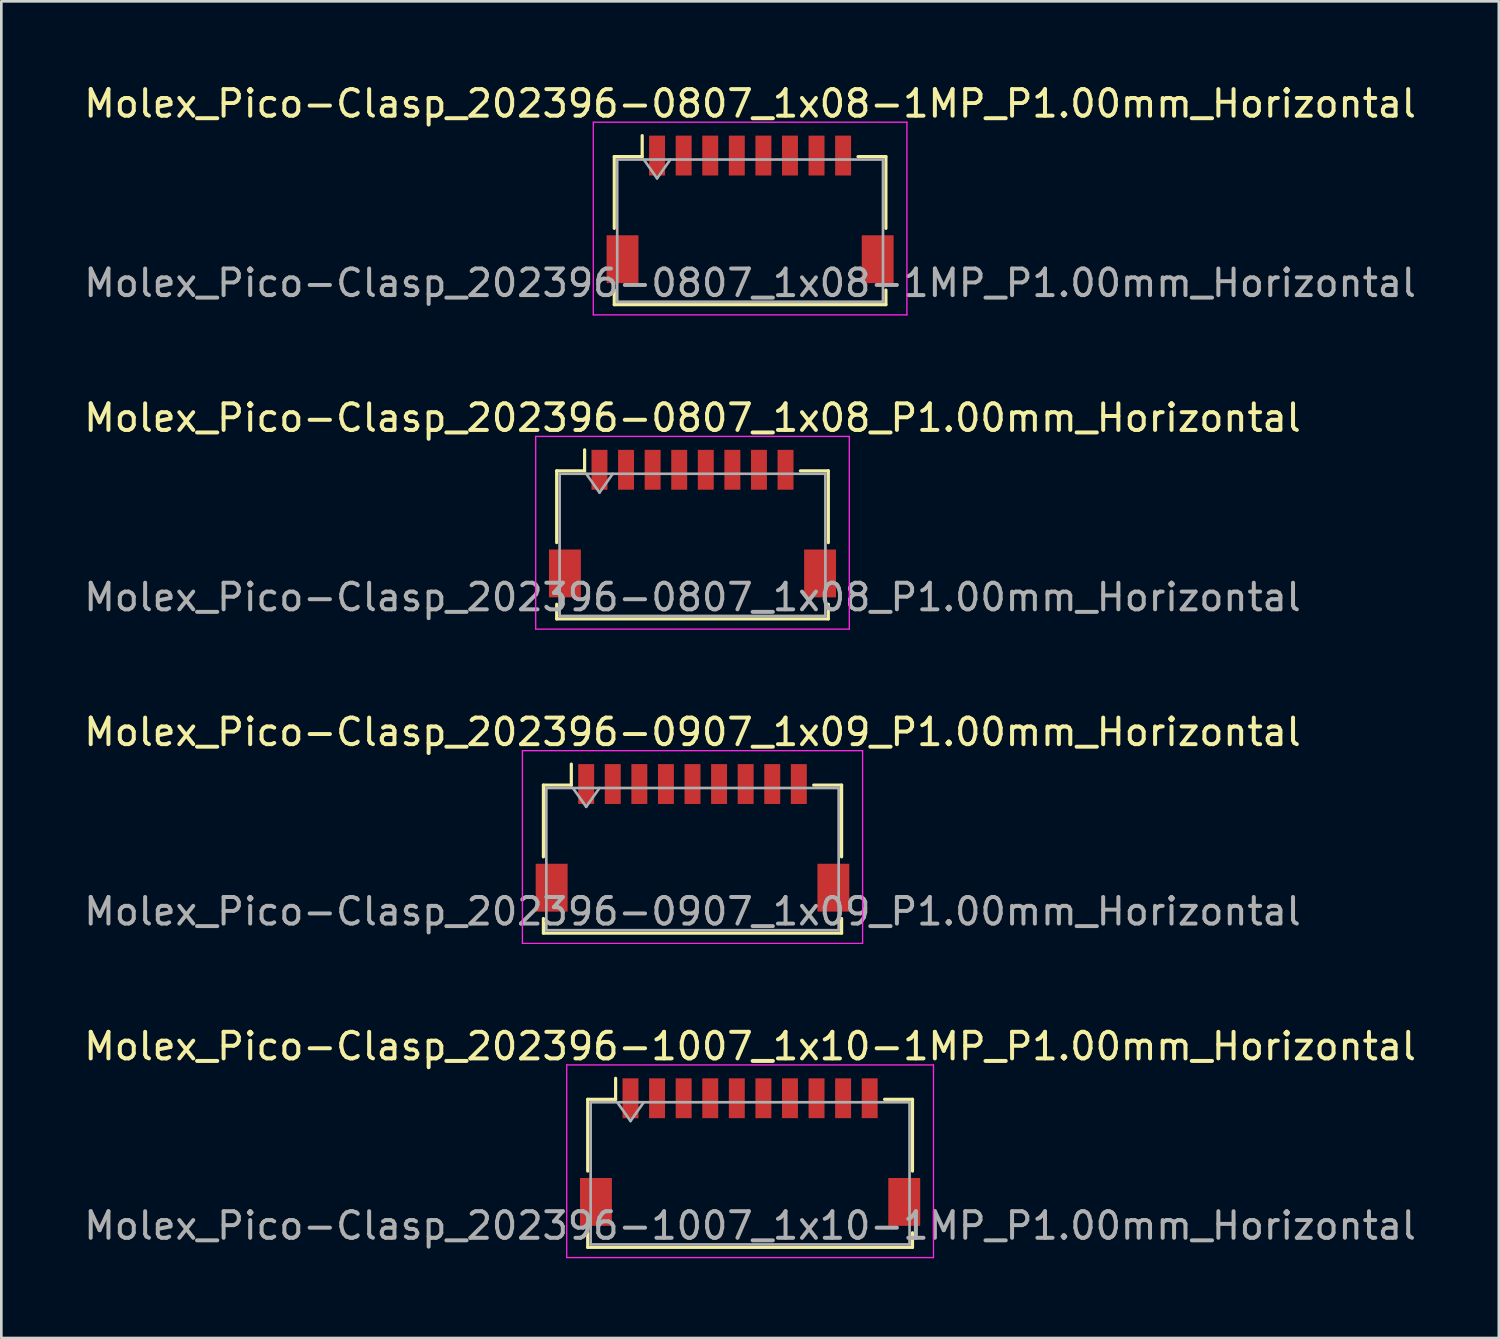
<source format=kicad_pcb>
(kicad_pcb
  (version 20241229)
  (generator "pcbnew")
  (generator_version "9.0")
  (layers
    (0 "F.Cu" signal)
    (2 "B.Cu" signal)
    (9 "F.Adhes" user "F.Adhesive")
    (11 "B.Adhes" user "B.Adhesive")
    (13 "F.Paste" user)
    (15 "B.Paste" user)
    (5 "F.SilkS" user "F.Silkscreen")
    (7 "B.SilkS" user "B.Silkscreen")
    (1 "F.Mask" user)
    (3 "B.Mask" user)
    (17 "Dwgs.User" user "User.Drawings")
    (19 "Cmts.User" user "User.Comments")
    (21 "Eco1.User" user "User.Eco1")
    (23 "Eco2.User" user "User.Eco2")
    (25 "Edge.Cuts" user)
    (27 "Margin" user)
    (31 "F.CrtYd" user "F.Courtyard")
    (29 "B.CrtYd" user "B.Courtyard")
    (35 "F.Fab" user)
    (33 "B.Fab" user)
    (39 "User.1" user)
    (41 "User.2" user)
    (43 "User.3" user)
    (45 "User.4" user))
  (footprint "Molex_Pico-Clasp_202396-0907_1x09_P1.00mm_Horizontal"
    (layer "F.Cu")
    (at 23.006 28.475)
    (property "Reference" "Molex_Pico-Clasp_202396-0907_1x09_P1.00mm_Horizontal" (at 0 -3.98 0) (layer "F.SilkS") (effects (font (size 1 1) (thickness 0.15))))
    (attr smd)
    (fp_line (start -5.61 -1.985) (end -4.56 -1.985) (stroke (width 0.12) (type solid)) (layer "F.SilkS"))
    (fp_line (start -5.61 0.715) (end -5.61 -1.985) (stroke (width 0.12) (type solid)) (layer "F.SilkS"))
    (fp_line (start -5.61 3.035) (end -5.61 3.585) (stroke (width 0.12) (type solid)) (layer "F.SilkS"))
    (fp_line (start -5.61 3.585) (end 5.61 3.585) (stroke (width 0.12) (type solid)) (layer "F.SilkS"))
    (fp_line (start -4.56 -1.985) (end -4.56 -2.775) (stroke (width 0.12) (type solid)) (layer "F.SilkS"))
    (fp_line (start 5.61 -1.985) (end 4.56 -1.985) (stroke (width 0.12) (type solid)) (layer "F.SilkS"))
    (fp_line (start 5.61 0.715) (end 5.61 -1.985) (stroke (width 0.12) (type solid)) (layer "F.SilkS"))
    (fp_line (start 5.61 3.585) (end 5.61 3.035) (stroke (width 0.12) (type solid)) (layer "F.SilkS"))
    (fp_line (start -6.4 -3.28) (end -6.4 3.97) (stroke (width 0.05) (type solid)) (layer "F.CrtYd"))
    (fp_line (start -6.4 3.97) (end 6.4 3.97) (stroke (width 0.05) (type solid)) (layer "F.CrtYd"))
    (fp_line (start 6.4 -3.28) (end -6.4 -3.28) (stroke (width 0.05) (type solid)) (layer "F.CrtYd"))
    (fp_line (start 6.4 3.97) (end 6.4 -3.28) (stroke (width 0.05) (type solid)) (layer "F.CrtYd"))
    (fp_line (start -5.5 -1.875) (end -5.5 3.475) (stroke (width 0.1) (type solid)) (layer "F.Fab"))
    (fp_line (start -5.5 -1.875) (end 5.5 -1.875) (stroke (width 0.1) (type solid)) (layer "F.Fab"))
    (fp_line (start -5.5 3.475) (end 5.5 3.475) (stroke (width 0.1) (type solid)) (layer "F.Fab"))
    (fp_line (start -4.5 -1.875) (end -4 -1.168) (stroke (width 0.1) (type solid)) (layer "F.Fab"))
    (fp_line (start -4 -1.168) (end -3.5 -1.875) (stroke (width 0.1) (type solid)) (layer "F.Fab"))
    (fp_line (start 5.5 -1.875) (end 5.5 3.475) (stroke (width 0.1) (type solid)) (layer "F.Fab"))
    (fp_text user "${REFERENCE}" (at 0 2.77 0) (layer "F.Fab") (effects (font (size 1 1) (thickness 0.15))))
    (pad "" smd rect (at -5.3 1.875) (size 1.2 1.8) (layers "F.Cu" "F.Mask" "F.Paste"))
    (pad "" smd rect (at 5.3 1.875) (size 1.2 1.8) (layers "F.Cu" "F.Mask" "F.Paste"))
    (pad "1" smd rect (at -4 -2.025) (size 0.6 1.5) (layers "F.Cu" "F.Mask" "F.Paste"))
    (pad "2" smd rect (at -3 -2.025) (size 0.6 1.5) (layers "F.Cu" "F.Mask" "F.Paste"))
    (pad "3" smd rect (at -2 -2.025) (size 0.6 1.5) (layers "F.Cu" "F.Mask" "F.Paste"))
    (pad "4" smd rect (at -1 -2.025) (size 0.6 1.5) (layers "F.Cu" "F.Mask" "F.Paste"))
    (pad "5" smd rect (at 0 -2.025) (size 0.6 1.5) (layers "F.Cu" "F.Mask" "F.Paste"))
    (pad "6" smd rect (at 1 -2.025) (size 0.6 1.5) (layers "F.Cu" "F.Mask" "F.Paste"))
    (pad "7" smd rect (at 2 -2.025) (size 0.6 1.5) (layers "F.Cu" "F.Mask" "F.Paste"))
    (pad "8" smd rect (at 3 -2.025) (size 0.6 1.5) (layers "F.Cu" "F.Mask" "F.Paste"))
    (pad "9" smd rect (at 4 -2.025) (size 0.6 1.5) (layers "F.Cu" "F.Mask" "F.Paste")))
  (footprint "Molex_Pico-Clasp_202396-0807_1x08-1MP_P1.00mm_Horizontal"
    (layer "F.Cu")
    (at 25.173 4.828)
    (property "Reference" "Molex_Pico-Clasp_202396-0807_1x08-1MP_P1.00mm_Horizontal" (at 0 -3.98 0) (layer "F.SilkS") (effects (font (size 1 1) (thickness 0.15))))
    (attr smd)
    (fp_line (start -5.11 -1.985) (end -4.06 -1.985) (stroke (width 0.12) (type solid)) (layer "F.SilkS"))
    (fp_line (start -5.11 0.715) (end -5.11 -1.985) (stroke (width 0.12) (type solid)) (layer "F.SilkS"))
    (fp_line (start -5.11 3.035) (end -5.11 3.585) (stroke (width 0.12) (type solid)) (layer "F.SilkS"))
    (fp_line (start -5.11 3.585) (end 5.11 3.585) (stroke (width 0.12) (type solid)) (layer "F.SilkS"))
    (fp_line (start -4.06 -1.985) (end -4.06 -2.775) (stroke (width 0.12) (type solid)) (layer "F.SilkS"))
    (fp_line (start 5.11 -1.985) (end 4.06 -1.985) (stroke (width 0.12) (type solid)) (layer "F.SilkS"))
    (fp_line (start 5.11 0.715) (end 5.11 -1.985) (stroke (width 0.12) (type solid)) (layer "F.SilkS"))
    (fp_line (start 5.11 3.585) (end 5.11 3.035) (stroke (width 0.12) (type solid)) (layer "F.SilkS"))
    (fp_line (start -5.9 -3.28) (end -5.9 3.97) (stroke (width 0.05) (type solid)) (layer "F.CrtYd"))
    (fp_line (start -5.9 3.97) (end 5.9 3.97) (stroke (width 0.05) (type solid)) (layer "F.CrtYd"))
    (fp_line (start 5.9 -3.28) (end -5.9 -3.28) (stroke (width 0.05) (type solid)) (layer "F.CrtYd"))
    (fp_line (start 5.9 3.97) (end 5.9 -3.28) (stroke (width 0.05) (type solid)) (layer "F.CrtYd"))
    (fp_line (start -5 -1.875) (end -5 3.475) (stroke (width 0.1) (type solid)) (layer "F.Fab"))
    (fp_line (start -5 -1.875) (end 5 -1.875) (stroke (width 0.1) (type solid)) (layer "F.Fab"))
    (fp_line (start -5 3.475) (end 5 3.475) (stroke (width 0.1) (type solid)) (layer "F.Fab"))
    (fp_line (start -4 -1.875) (end -3.5 -1.168) (stroke (width 0.1) (type solid)) (layer "F.Fab"))
    (fp_line (start -3.5 -1.168) (end -3 -1.875) (stroke (width 0.1) (type solid)) (layer "F.Fab"))
    (fp_line (start 5 -1.875) (end 5 3.475) (stroke (width 0.1) (type solid)) (layer "F.Fab"))
    (fp_text user "${REFERENCE}" (at 0 2.77 0) (layer "F.Fab") (effects (font (size 1 1) (thickness 0.15))))
    (pad "1" smd rect (at -3.5 -2.025) (size 0.6 1.5) (layers "F.Cu" "F.Mask" "F.Paste"))
    (pad "2" smd rect (at -2.5 -2.025) (size 0.6 1.5) (layers "F.Cu" "F.Mask" "F.Paste"))
    (pad "3" smd rect (at -1.5 -2.025) (size 0.6 1.5) (layers "F.Cu" "F.Mask" "F.Paste"))
    (pad "4" smd rect (at -0.5 -2.025) (size 0.6 1.5) (layers "F.Cu" "F.Mask" "F.Paste"))
    (pad "5" smd rect (at 0.5 -2.025) (size 0.6 1.5) (layers "F.Cu" "F.Mask" "F.Paste"))
    (pad "6" smd rect (at 1.5 -2.025) (size 0.6 1.5) (layers "F.Cu" "F.Mask" "F.Paste"))
    (pad "7" smd rect (at 2.5 -2.025) (size 0.6 1.5) (layers "F.Cu" "F.Mask" "F.Paste"))
    (pad "8" smd rect (at 3.5 -2.025) (size 0.6 1.5) (layers "F.Cu" "F.Mask" "F.Paste"))
    (pad "MP" smd rect (at -4.8 1.875) (size 1.2 1.8) (layers "F.Cu" "F.Mask" "F.Paste"))
    (pad "MP" smd rect (at 4.8 1.875) (size 1.2 1.8) (layers "F.Cu" "F.Mask" "F.Paste")))
  (footprint "Molex_Pico-Clasp_202396-0807_1x08_P1.00mm_Horizontal"
    (layer "F.Cu")
    (at 23.006 16.651)
    (property "Reference" "Molex_Pico-Clasp_202396-0807_1x08_P1.00mm_Horizontal" (at 0 -3.98 0) (layer "F.SilkS") (effects (font (size 1 1) (thickness 0.15))))
    (attr smd)
    (fp_line (start -5.11 -1.985) (end -4.06 -1.985) (stroke (width 0.12) (type solid)) (layer "F.SilkS"))
    (fp_line (start -5.11 0.715) (end -5.11 -1.985) (stroke (width 0.12) (type solid)) (layer "F.SilkS"))
    (fp_line (start -5.11 3.035) (end -5.11 3.585) (stroke (width 0.12) (type solid)) (layer "F.SilkS"))
    (fp_line (start -5.11 3.585) (end 5.11 3.585) (stroke (width 0.12) (type solid)) (layer "F.SilkS"))
    (fp_line (start -4.06 -1.985) (end -4.06 -2.775) (stroke (width 0.12) (type solid)) (layer "F.SilkS"))
    (fp_line (start 5.11 -1.985) (end 4.06 -1.985) (stroke (width 0.12) (type solid)) (layer "F.SilkS"))
    (fp_line (start 5.11 0.715) (end 5.11 -1.985) (stroke (width 0.12) (type solid)) (layer "F.SilkS"))
    (fp_line (start 5.11 3.585) (end 5.11 3.035) (stroke (width 0.12) (type solid)) (layer "F.SilkS"))
    (fp_line (start -5.9 -3.28) (end -5.9 3.97) (stroke (width 0.05) (type solid)) (layer "F.CrtYd"))
    (fp_line (start -5.9 3.97) (end 5.9 3.97) (stroke (width 0.05) (type solid)) (layer "F.CrtYd"))
    (fp_line (start 5.9 -3.28) (end -5.9 -3.28) (stroke (width 0.05) (type solid)) (layer "F.CrtYd"))
    (fp_line (start 5.9 3.97) (end 5.9 -3.28) (stroke (width 0.05) (type solid)) (layer "F.CrtYd"))
    (fp_line (start -5 -1.875) (end -5 3.475) (stroke (width 0.1) (type solid)) (layer "F.Fab"))
    (fp_line (start -5 -1.875) (end 5 -1.875) (stroke (width 0.1) (type solid)) (layer "F.Fab"))
    (fp_line (start -5 3.475) (end 5 3.475) (stroke (width 0.1) (type solid)) (layer "F.Fab"))
    (fp_line (start -4 -1.875) (end -3.5 -1.168) (stroke (width 0.1) (type solid)) (layer "F.Fab"))
    (fp_line (start -3.5 -1.168) (end -3 -1.875) (stroke (width 0.1) (type solid)) (layer "F.Fab"))
    (fp_line (start 5 -1.875) (end 5 3.475) (stroke (width 0.1) (type solid)) (layer "F.Fab"))
    (fp_text user "${REFERENCE}" (at 0 2.77 0) (layer "F.Fab") (effects (font (size 1 1) (thickness 0.15))))
    (pad "" smd rect (at -4.8 1.875) (size 1.2 1.8) (layers "F.Cu" "F.Mask" "F.Paste"))
    (pad "" smd rect (at 4.8 1.875) (size 1.2 1.8) (layers "F.Cu" "F.Mask" "F.Paste"))
    (pad "1" smd rect (at -3.5 -2.025) (size 0.6 1.5) (layers "F.Cu" "F.Mask" "F.Paste"))
    (pad "2" smd rect (at -2.5 -2.025) (size 0.6 1.5) (layers "F.Cu" "F.Mask" "F.Paste"))
    (pad "3" smd rect (at -1.5 -2.025) (size 0.6 1.5) (layers "F.Cu" "F.Mask" "F.Paste"))
    (pad "4" smd rect (at -0.5 -2.025) (size 0.6 1.5) (layers "F.Cu" "F.Mask" "F.Paste"))
    (pad "5" smd rect (at 0.5 -2.025) (size 0.6 1.5) (layers "F.Cu" "F.Mask" "F.Paste"))
    (pad "6" smd rect (at 1.5 -2.025) (size 0.6 1.5) (layers "F.Cu" "F.Mask" "F.Paste"))
    (pad "7" smd rect (at 2.5 -2.025) (size 0.6 1.5) (layers "F.Cu" "F.Mask" "F.Paste"))
    (pad "8" smd rect (at 3.5 -2.025) (size 0.6 1.5) (layers "F.Cu" "F.Mask" "F.Paste")))
  (footprint "Molex_Pico-Clasp_202396-1007_1x10-1MP_P1.00mm_Horizontal"
    (layer "F.Cu")
    (at 25.173 40.298)
    (property "Reference" "Molex_Pico-Clasp_202396-1007_1x10-1MP_P1.00mm_Horizontal" (at 0 -3.98 0) (layer "F.SilkS") (effects (font (size 1 1) (thickness 0.15))))
    (attr smd)
    (fp_line (start -6.11 -1.985) (end -5.06 -1.985) (stroke (width 0.12) (type solid)) (layer "F.SilkS"))
    (fp_line (start -6.11 0.715) (end -6.11 -1.985) (stroke (width 0.12) (type solid)) (layer "F.SilkS"))
    (fp_line (start -6.11 3.035) (end -6.11 3.585) (stroke (width 0.12) (type solid)) (layer "F.SilkS"))
    (fp_line (start -6.11 3.585) (end 6.11 3.585) (stroke (width 0.12) (type solid)) (layer "F.SilkS"))
    (fp_line (start -5.06 -1.985) (end -5.06 -2.775) (stroke (width 0.12) (type solid)) (layer "F.SilkS"))
    (fp_line (start 6.11 -1.985) (end 5.06 -1.985) (stroke (width 0.12) (type solid)) (layer "F.SilkS"))
    (fp_line (start 6.11 0.715) (end 6.11 -1.985) (stroke (width 0.12) (type solid)) (layer "F.SilkS"))
    (fp_line (start 6.11 3.585) (end 6.11 3.035) (stroke (width 0.12) (type solid)) (layer "F.SilkS"))
    (fp_line (start -6.9 -3.28) (end -6.9 3.97) (stroke (width 0.05) (type solid)) (layer "F.CrtYd"))
    (fp_line (start -6.9 3.97) (end 6.9 3.97) (stroke (width 0.05) (type solid)) (layer "F.CrtYd"))
    (fp_line (start 6.9 -3.28) (end -6.9 -3.28) (stroke (width 0.05) (type solid)) (layer "F.CrtYd"))
    (fp_line (start 6.9 3.97) (end 6.9 -3.28) (stroke (width 0.05) (type solid)) (layer "F.CrtYd"))
    (fp_line (start -6 -1.875) (end -6 3.475) (stroke (width 0.1) (type solid)) (layer "F.Fab"))
    (fp_line (start -6 -1.875) (end 6 -1.875) (stroke (width 0.1) (type solid)) (layer "F.Fab"))
    (fp_line (start -6 3.475) (end 6 3.475) (stroke (width 0.1) (type solid)) (layer "F.Fab"))
    (fp_line (start -5 -1.875) (end -4.5 -1.168) (stroke (width 0.1) (type solid)) (layer "F.Fab"))
    (fp_line (start -4.5 -1.168) (end -4 -1.875) (stroke (width 0.1) (type solid)) (layer "F.Fab"))
    (fp_line (start 6 -1.875) (end 6 3.475) (stroke (width 0.1) (type solid)) (layer "F.Fab"))
    (fp_text user "${REFERENCE}" (at 0 2.77 0) (layer "F.Fab") (effects (font (size 1 1) (thickness 0.15))))
    (pad "1" smd rect (at -4.5 -2.025) (size 0.6 1.5) (layers "F.Cu" "F.Mask" "F.Paste"))
    (pad "2" smd rect (at -3.5 -2.025) (size 0.6 1.5) (layers "F.Cu" "F.Mask" "F.Paste"))
    (pad "3" smd rect (at -2.5 -2.025) (size 0.6 1.5) (layers "F.Cu" "F.Mask" "F.Paste"))
    (pad "4" smd rect (at -1.5 -2.025) (size 0.6 1.5) (layers "F.Cu" "F.Mask" "F.Paste"))
    (pad "5" smd rect (at -0.5 -2.025) (size 0.6 1.5) (layers "F.Cu" "F.Mask" "F.Paste"))
    (pad "6" smd rect (at 0.5 -2.025) (size 0.6 1.5) (layers "F.Cu" "F.Mask" "F.Paste"))
    (pad "7" smd rect (at 1.5 -2.025) (size 0.6 1.5) (layers "F.Cu" "F.Mask" "F.Paste"))
    (pad "8" smd rect (at 2.5 -2.025) (size 0.6 1.5) (layers "F.Cu" "F.Mask" "F.Paste"))
    (pad "9" smd rect (at 3.5 -2.025) (size 0.6 1.5) (layers "F.Cu" "F.Mask" "F.Paste"))
    (pad "10" smd rect (at 4.5 -2.025) (size 0.6 1.5) (layers "F.Cu" "F.Mask" "F.Paste"))
    (pad "MP" smd rect (at -5.8 1.875) (size 1.2 1.8) (layers "F.Cu" "F.Mask" "F.Paste"))
    (pad "MP" smd rect (at 5.8 1.875) (size 1.2 1.8) (layers "F.Cu" "F.Mask" "F.Paste")))
  (gr_rect
    (start -3 -3)
    (end 53.345 47.293)
    (stroke (width 0.1) (type default))
    (fill no)
    (layer "Edge.Cuts")))
</source>
